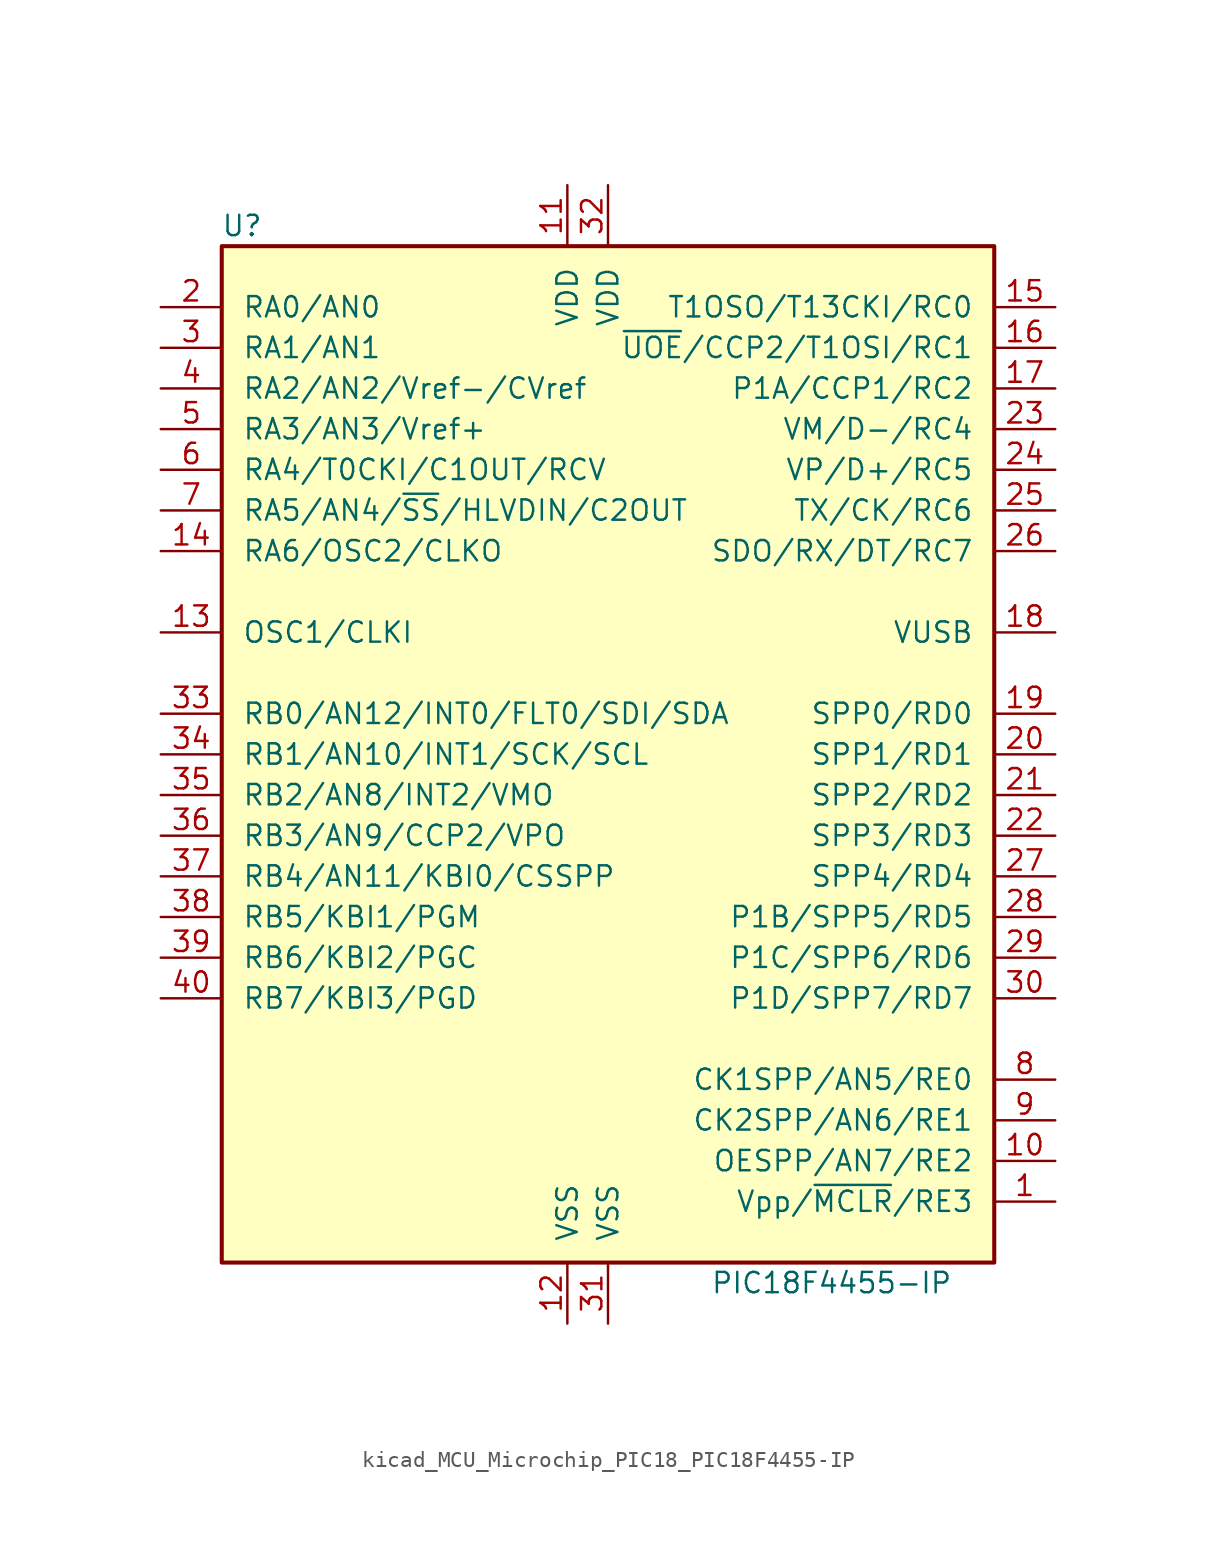
<source format=kicad_sym>
(kicad_symbol_lib
  (version 20220914)
  (generator kicad_symbol_editor)
  (symbol "kicad_MCU_Microchip_PIC18_PIC18F4455-IP"
    (pin_names
      (offset 1.27))
    (property "Reference" "U"
      (at -22.86 33.02 0)
      (effects (font (size 1.27 1.27))))
    (property "Value" "PIC18F4455-IP"
      (at 13.97 -33.02 0)
      (effects (font (size 1.27 1.27))))
    (symbol "kicad_MCU_Microchip_PIC18_PIC18F4455-IP_0_1"
      (rectangle (start -24.13 31.75) (end 24.13 -31.75) (stroke (width 0.254) (type default)) (fill (type background))))
    (symbol "kicad_MCU_Microchip_PIC18_PIC18F4455-IP_1_1"
      (pin input line (at 27.94 -27.94 180) (length 3.81) (name "Vpp/~{MCLR}/RE3" (effects (font (size 1.27 1.27)))) (number "1" (effects (font (size 1.27 1.27)))))
      (pin bidirectional line (at 27.94 -25.4 180) (length 3.81) (name "OESPP/AN7/RE2" (effects (font (size 1.27 1.27)))) (number "10" (effects (font (size 1.27 1.27)))))
      (pin power_in line (at -2.54 35.56 270) (length 3.81) (name "VDD" (effects (font (size 1.27 1.27)))) (number "11" (effects (font (size 1.27 1.27)))))
      (pin power_in line (at -2.54 -35.56 90) (length 3.81) (name "VSS" (effects (font (size 1.27 1.27)))) (number "12" (effects (font (size 1.27 1.27)))))
      (pin input line (at -27.94 7.62 0) (length 3.81) (name "OSC1/CLKI" (effects (font (size 1.27 1.27)))) (number "13" (effects (font (size 1.27 1.27)))))
      (pin output line (at -27.94 12.7 0) (length 3.81) (name "RA6/OSC2/CLKO" (effects (font (size 1.27 1.27)))) (number "14" (effects (font (size 1.27 1.27)))))
      (pin bidirectional line (at 27.94 27.94 180) (length 3.81) (name "T1OSO/T13CKI/RC0" (effects (font (size 1.27 1.27)))) (number "15" (effects (font (size 1.27 1.27)))))
      (pin bidirectional line (at 27.94 25.4 180) (length 3.81) (name "~{UOE}/CCP2/T1OSI/RC1" (effects (font (size 1.27 1.27)))) (number "16" (effects (font (size 1.27 1.27)))))
      (pin bidirectional line (at 27.94 22.86 180) (length 3.81) (name "P1A/CCP1/RC2" (effects (font (size 1.27 1.27)))) (number "17" (effects (font (size 1.27 1.27)))))
      (pin bidirectional line (at 27.94 7.62 180) (length 3.81) (name "VUSB" (effects (font (size 1.27 1.27)))) (number "18" (effects (font (size 1.27 1.27)))))
      (pin bidirectional line (at 27.94 2.54 180) (length 3.81) (name "SPP0/RD0" (effects (font (size 1.27 1.27)))) (number "19" (effects (font (size 1.27 1.27)))))
      (pin bidirectional line (at -27.94 27.94 0) (length 3.81) (name "RA0/AN0" (effects (font (size 1.27 1.27)))) (number "2" (effects (font (size 1.27 1.27)))))
      (pin bidirectional line (at 27.94 0 180) (length 3.81) (name "SPP1/RD1" (effects (font (size 1.27 1.27)))) (number "20" (effects (font (size 1.27 1.27)))))
      (pin bidirectional line (at 27.94 -2.54 180) (length 3.81) (name "SPP2/RD2" (effects (font (size 1.27 1.27)))) (number "21" (effects (font (size 1.27 1.27)))))
      (pin bidirectional line (at 27.94 -5.08 180) (length 3.81) (name "SPP3/RD3" (effects (font (size 1.27 1.27)))) (number "22" (effects (font (size 1.27 1.27)))))
      (pin bidirectional line (at 27.94 20.32 180) (length 3.81) (name "VM/D-/RC4" (effects (font (size 1.27 1.27)))) (number "23" (effects (font (size 1.27 1.27)))))
      (pin bidirectional line (at 27.94 17.78 180) (length 3.81) (name "VP/D+/RC5" (effects (font (size 1.27 1.27)))) (number "24" (effects (font (size 1.27 1.27)))))
      (pin bidirectional line (at 27.94 15.24 180) (length 3.81) (name "TX/CK/RC6" (effects (font (size 1.27 1.27)))) (number "25" (effects (font (size 1.27 1.27)))))
      (pin bidirectional line (at 27.94 12.7 180) (length 3.81) (name "SDO/RX/DT/RC7" (effects (font (size 1.27 1.27)))) (number "26" (effects (font (size 1.27 1.27)))))
      (pin bidirectional line (at 27.94 -7.62 180) (length 3.81) (name "SPP4/RD4" (effects (font (size 1.27 1.27)))) (number "27" (effects (font (size 1.27 1.27)))))
      (pin bidirectional line (at 27.94 -10.16 180) (length 3.81) (name "P1B/SPP5/RD5" (effects (font (size 1.27 1.27)))) (number "28" (effects (font (size 1.27 1.27)))))
      (pin bidirectional line (at 27.94 -12.7 180) (length 3.81) (name "P1C/SPP6/RD6" (effects (font (size 1.27 1.27)))) (number "29" (effects (font (size 1.27 1.27)))))
      (pin bidirectional line (at -27.94 25.4 0) (length 3.81) (name "RA1/AN1" (effects (font (size 1.27 1.27)))) (number "3" (effects (font (size 1.27 1.27)))))
      (pin bidirectional line (at 27.94 -15.24 180) (length 3.81) (name "P1D/SPP7/RD7" (effects (font (size 1.27 1.27)))) (number "30" (effects (font (size 1.27 1.27)))))
      (pin power_in line (at 0 -35.56 90) (length 3.81) (name "VSS" (effects (font (size 1.27 1.27)))) (number "31" (effects (font (size 1.27 1.27)))))
      (pin power_in line (at 0 35.56 270) (length 3.81) (name "VDD" (effects (font (size 1.27 1.27)))) (number "32" (effects (font (size 1.27 1.27)))))
      (pin bidirectional line (at -27.94 2.54 0) (length 3.81) (name "RB0/AN12/INT0/FLT0/SDI/SDA" (effects (font (size 1.27 1.27)))) (number "33" (effects (font (size 1.27 1.27)))))
      (pin bidirectional line (at -27.94 0 0) (length 3.81) (name "RB1/AN10/INT1/SCK/SCL" (effects (font (size 1.27 1.27)))) (number "34" (effects (font (size 1.27 1.27)))))
      (pin bidirectional line (at -27.94 -2.54 0) (length 3.81) (name "RB2/AN8/INT2/VMO" (effects (font (size 1.27 1.27)))) (number "35" (effects (font (size 1.27 1.27)))))
      (pin bidirectional line (at -27.94 -5.08 0) (length 3.81) (name "RB3/AN9/CCP2/VPO" (effects (font (size 1.27 1.27)))) (number "36" (effects (font (size 1.27 1.27)))))
      (pin bidirectional line (at -27.94 -7.62 0) (length 3.81) (name "RB4/AN11/KBI0/CSSPP" (effects (font (size 1.27 1.27)))) (number "37" (effects (font (size 1.27 1.27)))))
      (pin bidirectional line (at -27.94 -10.16 0) (length 3.81) (name "RB5/KBI1/PGM" (effects (font (size 1.27 1.27)))) (number "38" (effects (font (size 1.27 1.27)))))
      (pin bidirectional line (at -27.94 -12.7 0) (length 3.81) (name "RB6/KBI2/PGC" (effects (font (size 1.27 1.27)))) (number "39" (effects (font (size 1.27 1.27)))))
      (pin bidirectional line (at -27.94 22.86 0) (length 3.81) (name "RA2/AN2/Vref-/CVref" (effects (font (size 1.27 1.27)))) (number "4" (effects (font (size 1.27 1.27)))))
      (pin bidirectional line (at -27.94 -15.24 0) (length 3.81) (name "RB7/KBI3/PGD" (effects (font (size 1.27 1.27)))) (number "40" (effects (font (size 1.27 1.27)))))
      (pin bidirectional line (at -27.94 20.32 0) (length 3.81) (name "RA3/AN3/Vref+" (effects (font (size 1.27 1.27)))) (number "5" (effects (font (size 1.27 1.27)))))
      (pin bidirectional line (at -27.94 17.78 0) (length 3.81) (name "RA4/T0CKI/C1OUT/RCV" (effects (font (size 1.27 1.27)))) (number "6" (effects (font (size 1.27 1.27)))))
      (pin bidirectional line (at -27.94 15.24 0) (length 3.81) (name "RA5/AN4/~{SS}/HLVDIN/C2OUT" (effects (font (size 1.27 1.27)))) (number "7" (effects (font (size 1.27 1.27)))))
      (pin bidirectional line (at 27.94 -20.32 180) (length 3.81) (name "CK1SPP/AN5/RE0" (effects (font (size 1.27 1.27)))) (number "8" (effects (font (size 1.27 1.27)))))
      (pin bidirectional line (at 27.94 -22.86 180) (length 3.81) (name "CK2SPP/AN6/RE1" (effects (font (size 1.27 1.27)))) (number "9" (effects (font (size 1.27 1.27))))))))
</source>
